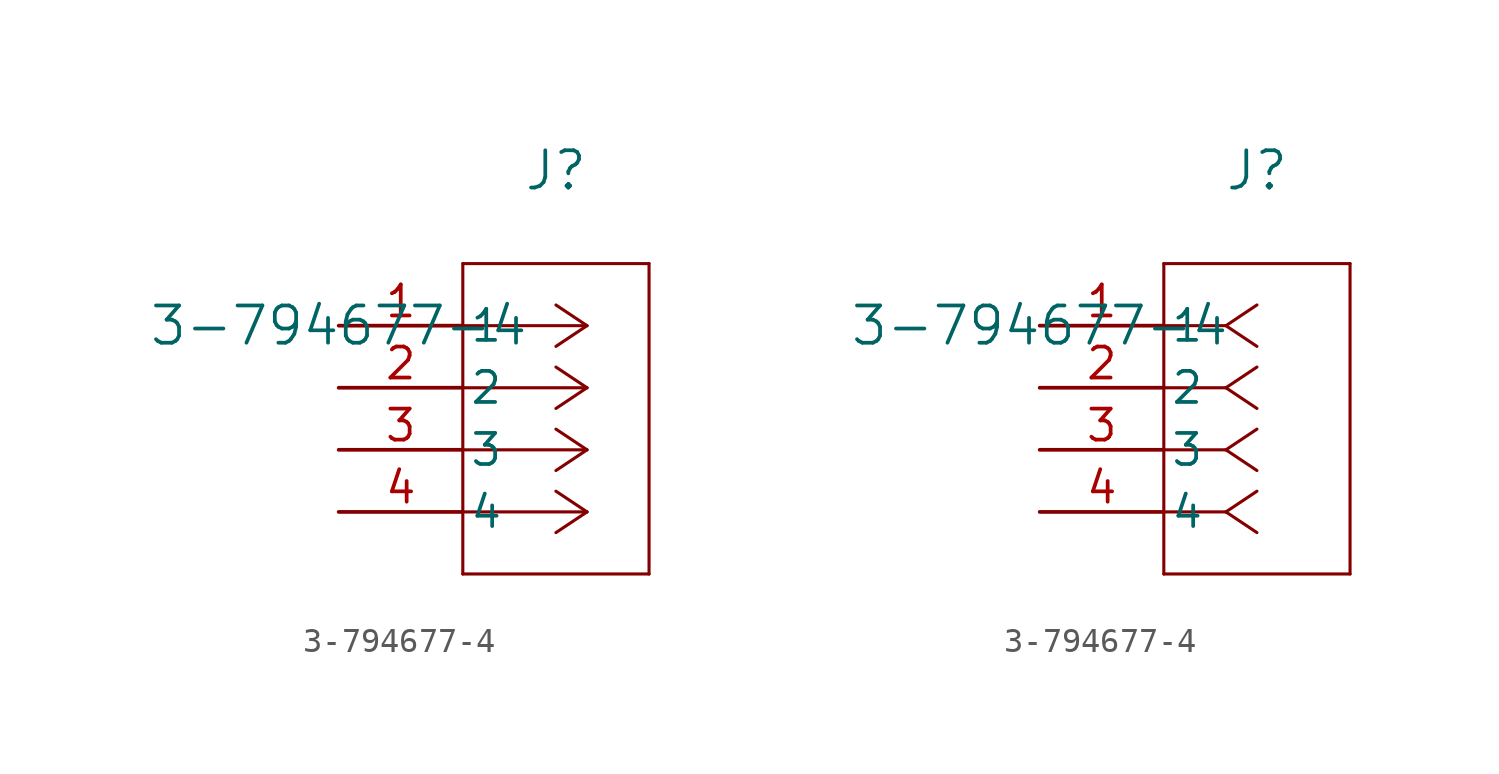
<source format=kicad_sym>
(kicad_symbol_lib
  (version 20211014)
  (generator kicad_symbol_editor)
  (symbol "3-794677-4"
    (pin_names
      (offset 0.254))
    (property "Reference" "J"
      (at 8.89 6.35 0)
      (effects (font (size 1.524 1.524))))
    (property "Value" "3-794677-4"
      (at 0 0 0)
      (effects (font (size 1.524 1.524))))
    (symbol "3-794677-4_1_1"
      (polyline (pts (xy 10.16 0) (xy 5.08 0)) (stroke (width 0.127) (type default) (color 0 0 0 0)) (fill (type none)))
      (polyline (pts (xy 10.16 -2.54) (xy 5.08 -2.54)) (stroke (width 0.127) (type default) (color 0 0 0 0)) (fill (type none)))
      (polyline (pts (xy 10.16 -5.08) (xy 5.08 -5.08)) (stroke (width 0.127) (type default) (color 0 0 0 0)) (fill (type none)))
      (polyline (pts (xy 10.16 -7.62) (xy 5.08 -7.62)) (stroke (width 0.127) (type default) (color 0 0 0 0)) (fill (type none)))
      (polyline (pts (xy 10.16 0) (xy 8.89 0.847)) (stroke (width 0.127) (type default) (color 0 0 0 0)) (fill (type none)))
      (polyline (pts (xy 10.16 -2.54) (xy 8.89 -1.693)) (stroke (width 0.127) (type default) (color 0 0 0 0)) (fill (type none)))
      (polyline (pts (xy 10.16 -5.08) (xy 8.89 -4.233)) (stroke (width 0.127) (type default) (color 0 0 0 0)) (fill (type none)))
      (polyline (pts (xy 10.16 -7.62) (xy 8.89 -6.773)) (stroke (width 0.127) (type default) (color 0 0 0 0)) (fill (type none)))
      (polyline (pts (xy 10.16 0) (xy 8.89 -0.847)) (stroke (width 0.127) (type default) (color 0 0 0 0)) (fill (type none)))
      (polyline (pts (xy 10.16 -2.54) (xy 8.89 -3.387)) (stroke (width 0.127) (type default) (color 0 0 0 0)) (fill (type none)))
      (polyline (pts (xy 10.16 -5.08) (xy 8.89 -5.927)) (stroke (width 0.127) (type default) (color 0 0 0 0)) (fill (type none)))
      (polyline (pts (xy 10.16 -7.62) (xy 8.89 -8.467)) (stroke (width 0.127) (type default) (color 0 0 0 0)) (fill (type none)))
      (polyline (pts (xy 5.08 2.54) (xy 5.08 -10.16)) (stroke (width 0.127) (type default) (color 0 0 0 0)) (fill (type none)))
      (polyline (pts (xy 5.08 -10.16) (xy 12.7 -10.16)) (stroke (width 0.127) (type default) (color 0 0 0 0)) (fill (type none)))
      (polyline (pts (xy 12.7 -10.16) (xy 12.7 2.54)) (stroke (width 0.127) (type default) (color 0 0 0 0)) (fill (type none)))
      (polyline (pts (xy 12.7 2.54) (xy 5.08 2.54)) (stroke (width 0.127) (type default) (color 0 0 0 0)) (fill (type none)))
      (pin unspecified line (at 0 0 0) (length 5.08) (name "1" (effects (font (size 1.27 1.27)))) (number "1" (effects (font (size 1.27 1.27)))))
      (pin unspecified line (at 0 -2.54 0) (length 5.08) (name "2" (effects (font (size 1.27 1.27)))) (number "2" (effects (font (size 1.27 1.27)))))
      (pin unspecified line (at 0 -5.08 0) (length 5.08) (name "3" (effects (font (size 1.27 1.27)))) (number "3" (effects (font (size 1.27 1.27)))))
      (pin unspecified line (at 0 -7.62 0) (length 5.08) (name "4" (effects (font (size 1.27 1.27)))) (number "4" (effects (font (size 1.27 1.27))))))
    (symbol "3-794677-4_1_2"
      (polyline (pts (xy 7.62 0) (xy 5.08 0)) (stroke (width 0.127) (type default) (color 0 0 0 0)) (fill (type none)))
      (polyline (pts (xy 7.62 -2.54) (xy 5.08 -2.54)) (stroke (width 0.127) (type default) (color 0 0 0 0)) (fill (type none)))
      (polyline (pts (xy 7.62 -5.08) (xy 5.08 -5.08)) (stroke (width 0.127) (type default) (color 0 0 0 0)) (fill (type none)))
      (polyline (pts (xy 7.62 -7.62) (xy 5.08 -7.62)) (stroke (width 0.127) (type default) (color 0 0 0 0)) (fill (type none)))
      (polyline (pts (xy 7.62 0) (xy 8.89 0.847)) (stroke (width 0.127) (type default) (color 0 0 0 0)) (fill (type none)))
      (polyline (pts (xy 7.62 -2.54) (xy 8.89 -1.693)) (stroke (width 0.127) (type default) (color 0 0 0 0)) (fill (type none)))
      (polyline (pts (xy 7.62 -5.08) (xy 8.89 -4.233)) (stroke (width 0.127) (type default) (color 0 0 0 0)) (fill (type none)))
      (polyline (pts (xy 7.62 -7.62) (xy 8.89 -6.773)) (stroke (width 0.127) (type default) (color 0 0 0 0)) (fill (type none)))
      (polyline (pts (xy 7.62 0) (xy 8.89 -0.847)) (stroke (width 0.127) (type default) (color 0 0 0 0)) (fill (type none)))
      (polyline (pts (xy 7.62 -2.54) (xy 8.89 -3.387)) (stroke (width 0.127) (type default) (color 0 0 0 0)) (fill (type none)))
      (polyline (pts (xy 7.62 -5.08) (xy 8.89 -5.927)) (stroke (width 0.127) (type default) (color 0 0 0 0)) (fill (type none)))
      (polyline (pts (xy 7.62 -7.62) (xy 8.89 -8.467)) (stroke (width 0.127) (type default) (color 0 0 0 0)) (fill (type none)))
      (polyline (pts (xy 5.08 2.54) (xy 5.08 -10.16)) (stroke (width 0.127) (type default) (color 0 0 0 0)) (fill (type none)))
      (polyline (pts (xy 5.08 -10.16) (xy 12.7 -10.16)) (stroke (width 0.127) (type default) (color 0 0 0 0)) (fill (type none)))
      (polyline (pts (xy 12.7 -10.16) (xy 12.7 2.54)) (stroke (width 0.127) (type default) (color 0 0 0 0)) (fill (type none)))
      (polyline (pts (xy 12.7 2.54) (xy 5.08 2.54)) (stroke (width 0.127) (type default) (color 0 0 0 0)) (fill (type none)))
      (pin unspecified line (at 0 0 0) (length 5.08) (name "1" (effects (font (size 1.27 1.27)))) (number "1" (effects (font (size 1.27 1.27)))))
      (pin unspecified line (at 0 -2.54 0) (length 5.08) (name "2" (effects (font (size 1.27 1.27)))) (number "2" (effects (font (size 1.27 1.27)))))
      (pin unspecified line (at 0 -5.08 0) (length 5.08) (name "3" (effects (font (size 1.27 1.27)))) (number "3" (effects (font (size 1.27 1.27)))))
      (pin unspecified line (at 0 -7.62 0) (length 5.08) (name "4" (effects (font (size 1.27 1.27)))) (number "4" (effects (font (size 1.27 1.27))))))))
</source>
